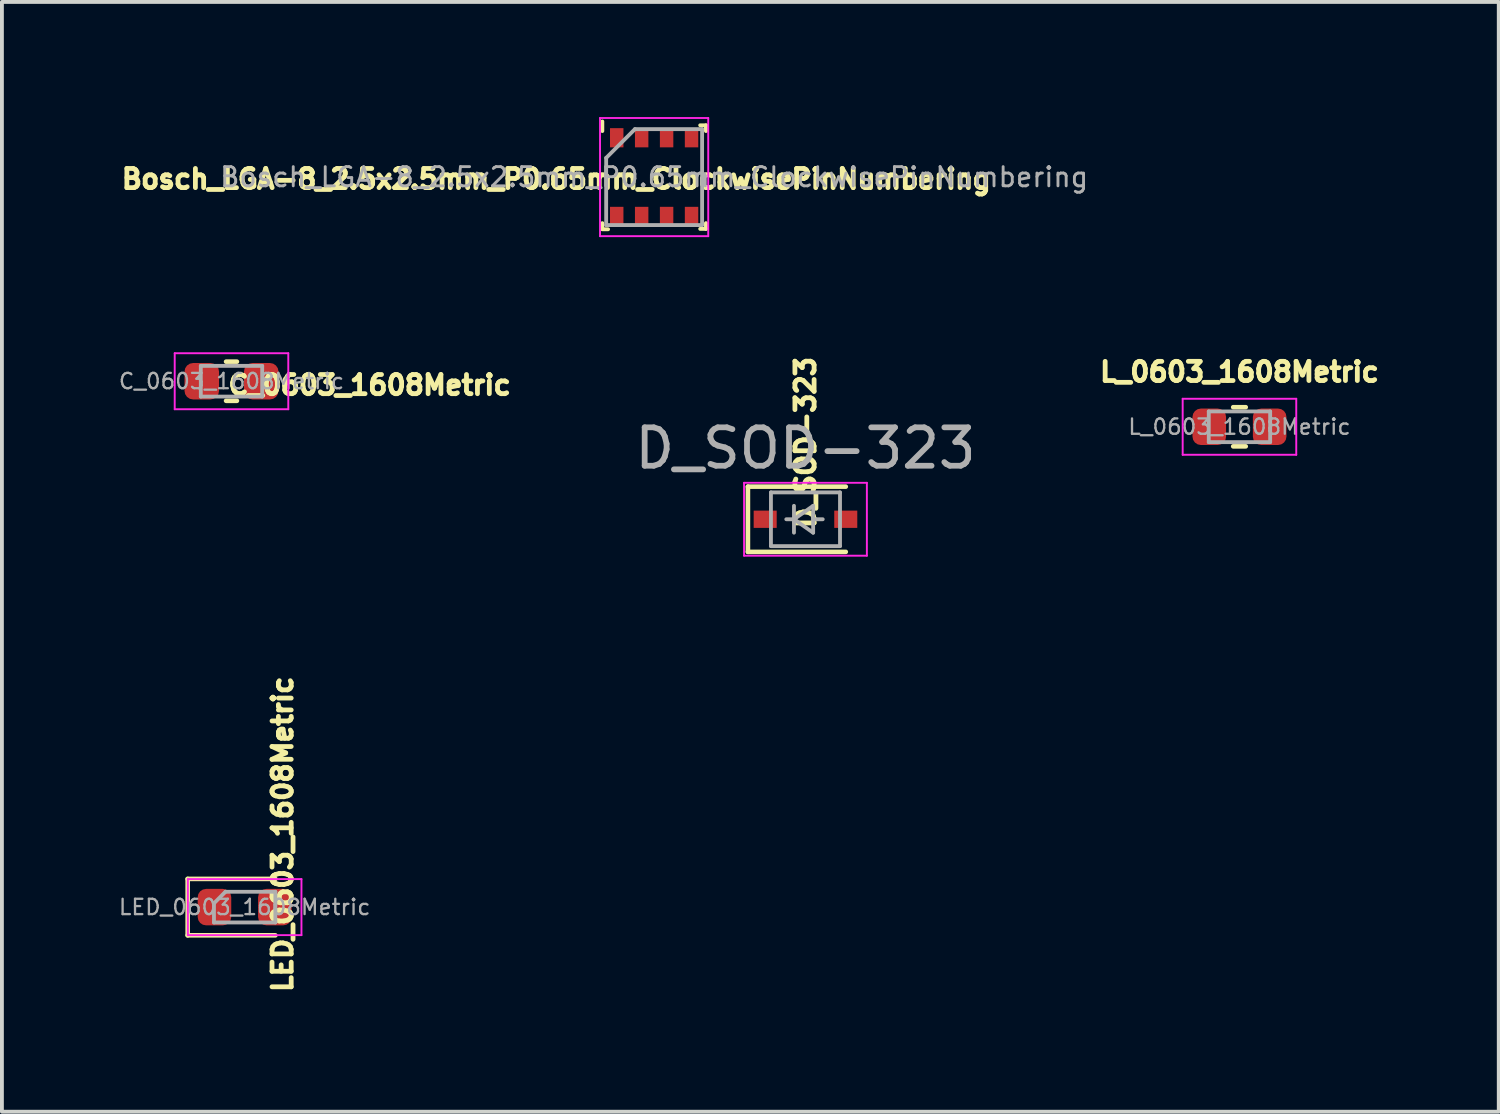
<source format=kicad_pcb>
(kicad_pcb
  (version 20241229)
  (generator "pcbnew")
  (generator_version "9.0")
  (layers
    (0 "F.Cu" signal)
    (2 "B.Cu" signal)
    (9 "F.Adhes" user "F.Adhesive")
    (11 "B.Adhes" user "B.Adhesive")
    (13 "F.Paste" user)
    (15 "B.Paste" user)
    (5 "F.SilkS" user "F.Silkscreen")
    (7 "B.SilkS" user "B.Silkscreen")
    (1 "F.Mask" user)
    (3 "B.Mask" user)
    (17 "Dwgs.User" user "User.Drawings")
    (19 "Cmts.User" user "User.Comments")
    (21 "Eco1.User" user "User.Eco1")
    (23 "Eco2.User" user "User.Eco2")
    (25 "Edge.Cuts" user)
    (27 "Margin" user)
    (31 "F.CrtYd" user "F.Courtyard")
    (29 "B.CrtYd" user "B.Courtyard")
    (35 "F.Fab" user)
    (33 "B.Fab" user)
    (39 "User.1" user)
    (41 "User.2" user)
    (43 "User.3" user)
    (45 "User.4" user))
  (footprint "LED_0603_1608Metric"
    (layer "F.Cu")
    (at 3.326 20.59)
    (property "Reference" "LED_0603_1608Metric" (at 0.988 -1.9 90) (layer "F.SilkS") (effects (font (size 0.5 0.5) (thickness 0.15))))
    (attr smd)
    (fp_line (start -1.485 -0.735) (end -1.485 0.735) (stroke (width 0.12) (type solid)) (layer "F.SilkS"))
    (fp_line (start -1.485 0.735) (end 0.8 0.735) (stroke (width 0.12) (type solid)) (layer "F.SilkS"))
    (fp_line (start 0.8 -0.735) (end -1.485 -0.735) (stroke (width 0.12) (type solid)) (layer "F.SilkS"))
    (fp_line (start -1.48 -0.73) (end 1.48 -0.73) (stroke (width 0.05) (type solid)) (layer "F.CrtYd"))
    (fp_line (start -1.48 0.73) (end -1.48 -0.73) (stroke (width 0.05) (type solid)) (layer "F.CrtYd"))
    (fp_line (start 1.48 -0.73) (end 1.48 0.73) (stroke (width 0.05) (type solid)) (layer "F.CrtYd"))
    (fp_line (start 1.48 0.73) (end -1.48 0.73) (stroke (width 0.05) (type solid)) (layer "F.CrtYd"))
    (fp_line (start -0.8 -0.1) (end -0.8 0.4) (stroke (width 0.1) (type solid)) (layer "F.Fab"))
    (fp_line (start -0.8 0.4) (end 0.8 0.4) (stroke (width 0.1) (type solid)) (layer "F.Fab"))
    (fp_line (start -0.5 -0.4) (end -0.8 -0.1) (stroke (width 0.1) (type solid)) (layer "F.Fab"))
    (fp_line (start 0.8 -0.4) (end -0.5 -0.4) (stroke (width 0.1) (type solid)) (layer "F.Fab"))
    (fp_line (start 0.8 0.4) (end 0.8 -0.4) (stroke (width 0.1) (type solid)) (layer "F.Fab"))
    (fp_text user "${REFERENCE}" (at 0 0 0) (layer "F.Fab") (effects (font (size 0.4 0.4) (thickness 0.06))))
    (pad "1" smd roundrect (at -0.787 0) (size 0.875 0.95) (layers "F.Cu" "F.Mask" "F.Paste") (roundrect_rratio 0.25))
    (pad "2" smd roundrect (at 0.787 0) (size 0.875 0.95) (layers "F.Cu" "F.Mask" "F.Paste") (roundrect_rratio 0.25)))
  (footprint "L_0603_1608Metric"
    (layer "F.Cu")
    (at 29.251 8.072)
    (property "Reference" "L_0603_1608Metric" (at 0 -1.43 0) (layer "F.SilkS") (effects (font (size 0.5 0.5) (thickness 0.15))))
    (attr smd)
    (fp_line (start -0.163 -0.51) (end 0.163 -0.51) (stroke (width 0.12) (type solid)) (layer "F.SilkS"))
    (fp_line (start -0.163 0.51) (end 0.163 0.51) (stroke (width 0.12) (type solid)) (layer "F.SilkS"))
    (fp_line (start -1.48 -0.73) (end 1.48 -0.73) (stroke (width 0.05) (type solid)) (layer "F.CrtYd"))
    (fp_line (start -1.48 0.73) (end -1.48 -0.73) (stroke (width 0.05) (type solid)) (layer "F.CrtYd"))
    (fp_line (start 1.48 -0.73) (end 1.48 0.73) (stroke (width 0.05) (type solid)) (layer "F.CrtYd"))
    (fp_line (start 1.48 0.73) (end -1.48 0.73) (stroke (width 0.05) (type solid)) (layer "F.CrtYd"))
    (fp_line (start -0.8 -0.4) (end 0.8 -0.4) (stroke (width 0.1) (type solid)) (layer "F.Fab"))
    (fp_line (start -0.8 0.4) (end -0.8 -0.4) (stroke (width 0.1) (type solid)) (layer "F.Fab"))
    (fp_line (start 0.8 -0.4) (end 0.8 0.4) (stroke (width 0.1) (type solid)) (layer "F.Fab"))
    (fp_line (start 0.8 0.4) (end -0.8 0.4) (stroke (width 0.1) (type solid)) (layer "F.Fab"))
    (fp_text user "${REFERENCE}" (at 0 0 0) (layer "F.Fab") (effects (font (size 0.4 0.4) (thickness 0.06))))
    (pad "1" smd roundrect (at -0.787 0) (size 0.875 0.95) (layers "F.Cu" "F.Mask" "F.Paste") (roundrect_rratio 0.25))
    (pad "2" smd roundrect (at 0.787 0) (size 0.875 0.95) (layers "F.Cu" "F.Mask" "F.Paste") (roundrect_rratio 0.25)))
  (footprint "Bosch_LGA-8_2.5x2.5mm_P0.65mm_ClockwisePinNumbering"
    (layer "F.Cu")
    (at 13.997 1.565)
    (property "Reference" "Bosch_LGA-8_2.5x2.5mm_P0.65mm_ClockwisePinNumbering" (at -2.55 0.05 0) (layer "F.SilkS") (effects (font (size 0.5 0.5) (thickness 0.15))))
    (attr smd)
    (fp_line (start -1.35 -1.2) (end -1.35 -1.45) (stroke (width 0.1) (type solid)) (layer "F.SilkS"))
    (fp_line (start -1.35 1.35) (end -1.35 1.2) (stroke (width 0.1) (type solid)) (layer "F.SilkS"))
    (fp_line (start -1.35 1.36) (end -1.2 1.36) (stroke (width 0.1) (type solid)) (layer "F.SilkS"))
    (fp_line (start 1.2 -1.35) (end 1.35 -1.35) (stroke (width 0.1) (type solid)) (layer "F.SilkS"))
    (fp_line (start 1.35 -1.35) (end 1.35 -1.2) (stroke (width 0.1) (type solid)) (layer "F.SilkS"))
    (fp_line (start 1.35 1.35) (end 1.2 1.35) (stroke (width 0.1) (type solid)) (layer "F.SilkS"))
    (fp_line (start 1.35 1.35) (end 1.35 1.2) (stroke (width 0.1) (type solid)) (layer "F.SilkS"))
    (fp_line (start -1.41 -1.54) (end 1.41 -1.54) (stroke (width 0.05) (type solid)) (layer "F.CrtYd"))
    (fp_line (start -1.41 1.54) (end -1.41 -1.54) (stroke (width 0.05) (type solid)) (layer "F.CrtYd"))
    (fp_line (start 1.41 -1.54) (end 1.41 1.54) (stroke (width 0.05) (type solid)) (layer "F.CrtYd"))
    (fp_line (start 1.41 1.54) (end -1.41 1.54) (stroke (width 0.05) (type solid)) (layer "F.CrtYd"))
    (fp_line (start -1.25 -0.5) (end -0.5 -1.25) (stroke (width 0.1) (type solid)) (layer "F.Fab"))
    (fp_line (start -1.25 1.25) (end -1.25 -0.5) (stroke (width 0.1) (type solid)) (layer "F.Fab"))
    (fp_line (start -0.5 -1.25) (end 1.25 -1.25) (stroke (width 0.1) (type solid)) (layer "F.Fab"))
    (fp_line (start 1.25 -1.25) (end 1.25 1.25) (stroke (width 0.1) (type solid)) (layer "F.Fab"))
    (fp_line (start 1.25 1.25) (end -1.25 1.25) (stroke (width 0.1) (type solid)) (layer "F.Fab"))
    (fp_text user "${REFERENCE}" (at 0 0 180) (layer "F.Fab") (effects (font (size 0.5 0.5) (thickness 0.075))))
    (pad "1" smd rect (at -0.975 -1.025 90) (size 0.5 0.35) (layers "F.Cu" "F.Mask" "F.Paste"))
    (pad "2" smd rect (at -0.325 -1.025 90) (size 0.5 0.35) (layers "F.Cu" "F.Mask" "F.Paste"))
    (pad "3" smd rect (at 0.325 -1.025 90) (size 0.5 0.35) (layers "F.Cu" "F.Mask" "F.Paste"))
    (pad "4" smd rect (at 0.975 -1.025 90) (size 0.5 0.35) (layers "F.Cu" "F.Mask" "F.Paste"))
    (pad "5" smd rect (at 0.975 1.025 90) (size 0.5 0.35) (layers "F.Cu" "F.Mask" "F.Paste"))
    (pad "6" smd rect (at 0.325 1.025 90) (size 0.5 0.35) (layers "F.Cu" "F.Mask" "F.Paste"))
    (pad "7" smd rect (at -0.325 1.025 90) (size 0.5 0.35) (layers "F.Cu" "F.Mask" "F.Paste"))
    (pad "8" smd rect (at -0.975 1.025 90) (size 0.5 0.35) (layers "F.Cu" "F.Mask" "F.Paste")))
  (footprint "D_SOD-323"
    (layer "F.Cu")
    (at 17.941 10.482)
    (property "Reference" "D_SOD-323" (at 0 -2 90) (layer "F.SilkS") (effects (font (size 0.5 0.5) (thickness 0.15))))
    (attr smd)
    (fp_line (start -1.5 -0.85) (end -1.5 0.85) (stroke (width 0.12) (type solid)) (layer "F.SilkS"))
    (fp_line (start -1.5 -0.85) (end 1.05 -0.85) (stroke (width 0.12) (type solid)) (layer "F.SilkS"))
    (fp_line (start -1.5 0.85) (end 1.05 0.85) (stroke (width 0.12) (type solid)) (layer "F.SilkS"))
    (fp_line (start -1.6 -0.95) (end -1.6 0.95) (stroke (width 0.05) (type solid)) (layer "F.CrtYd"))
    (fp_line (start -1.6 -0.95) (end 1.6 -0.95) (stroke (width 0.05) (type solid)) (layer "F.CrtYd"))
    (fp_line (start -1.6 0.95) (end 1.6 0.95) (stroke (width 0.05) (type solid)) (layer "F.CrtYd"))
    (fp_line (start 1.6 -0.95) (end 1.6 0.95) (stroke (width 0.05) (type solid)) (layer "F.CrtYd"))
    (fp_line (start -0.9 -0.7) (end 0.9 -0.7) (stroke (width 0.1) (type solid)) (layer "F.Fab"))
    (fp_line (start -0.9 0.7) (end -0.9 -0.7) (stroke (width 0.1) (type solid)) (layer "F.Fab"))
    (fp_line (start -0.3 -0.35) (end -0.3 0.35) (stroke (width 0.1) (type solid)) (layer "F.Fab"))
    (fp_line (start -0.3 0) (end -0.5 0) (stroke (width 0.1) (type solid)) (layer "F.Fab"))
    (fp_line (start -0.3 0) (end 0.2 -0.35) (stroke (width 0.1) (type solid)) (layer "F.Fab"))
    (fp_line (start 0.2 -0.35) (end 0.2 0.35) (stroke (width 0.1) (type solid)) (layer "F.Fab"))
    (fp_line (start 0.2 0) (end 0.45 0) (stroke (width 0.1) (type solid)) (layer "F.Fab"))
    (fp_line (start 0.2 0.35) (end -0.3 0) (stroke (width 0.1) (type solid)) (layer "F.Fab"))
    (fp_line (start 0.9 -0.7) (end 0.9 0.7) (stroke (width 0.1) (type solid)) (layer "F.Fab"))
    (fp_line (start 0.9 0.7) (end -0.9 0.7) (stroke (width 0.1) (type solid)) (layer "F.Fab"))
    (fp_text user "${REFERENCE}" (at 0 -1.85 0) (layer "F.Fab") (effects (font (size 1 1) (thickness 0.15))))
    (pad "1" smd rect (at -1.05 0) (size 0.6 0.45) (layers "F.Cu" "F.Mask" "F.Paste"))
    (pad "2" smd rect (at 1.05 0) (size 0.6 0.45) (layers "F.Cu" "F.Mask" "F.Paste")))
  (footprint "C_0603_1608Metric"
    (layer "F.Cu")
    (at 2.983 6.885)
    (property "Reference" "C_0603_1608Metric" (at 3.6 0.1 0) (layer "F.SilkS") (effects (font (size 0.5 0.5) (thickness 0.15))))
    (attr smd)
    (fp_line (start -0.141 -0.51) (end 0.141 -0.51) (stroke (width 0.12) (type solid)) (layer "F.SilkS"))
    (fp_line (start -0.141 0.51) (end 0.141 0.51) (stroke (width 0.12) (type solid)) (layer "F.SilkS"))
    (fp_line (start -1.48 -0.73) (end 1.48 -0.73) (stroke (width 0.05) (type solid)) (layer "F.CrtYd"))
    (fp_line (start -1.48 0.73) (end -1.48 -0.73) (stroke (width 0.05) (type solid)) (layer "F.CrtYd"))
    (fp_line (start 1.48 -0.73) (end 1.48 0.73) (stroke (width 0.05) (type solid)) (layer "F.CrtYd"))
    (fp_line (start 1.48 0.73) (end -1.48 0.73) (stroke (width 0.05) (type solid)) (layer "F.CrtYd"))
    (fp_line (start -0.8 -0.4) (end 0.8 -0.4) (stroke (width 0.1) (type solid)) (layer "F.Fab"))
    (fp_line (start -0.8 0.4) (end -0.8 -0.4) (stroke (width 0.1) (type solid)) (layer "F.Fab"))
    (fp_line (start 0.8 -0.4) (end 0.8 0.4) (stroke (width 0.1) (type solid)) (layer "F.Fab"))
    (fp_line (start 0.8 0.4) (end -0.8 0.4) (stroke (width 0.1) (type solid)) (layer "F.Fab"))
    (fp_text user "${REFERENCE}" (at 0 0 0) (layer "F.Fab") (effects (font (size 0.4 0.4) (thickness 0.06))))
    (pad "1" smd roundrect (at -0.775 0) (size 0.9 0.95) (layers "F.Cu" "F.Mask" "F.Paste") (roundrect_rratio 0.25))
    (pad "2" smd roundrect (at 0.775 0) (size 0.9 0.95) (layers "F.Cu" "F.Mask" "F.Paste") (roundrect_rratio 0.25)))
  (gr_rect
    (start -3 -3)
    (end 36.008 25.922)
    (stroke (width 0.1) (type default))
    (fill no)
    (layer "Edge.Cuts")))
</source>
